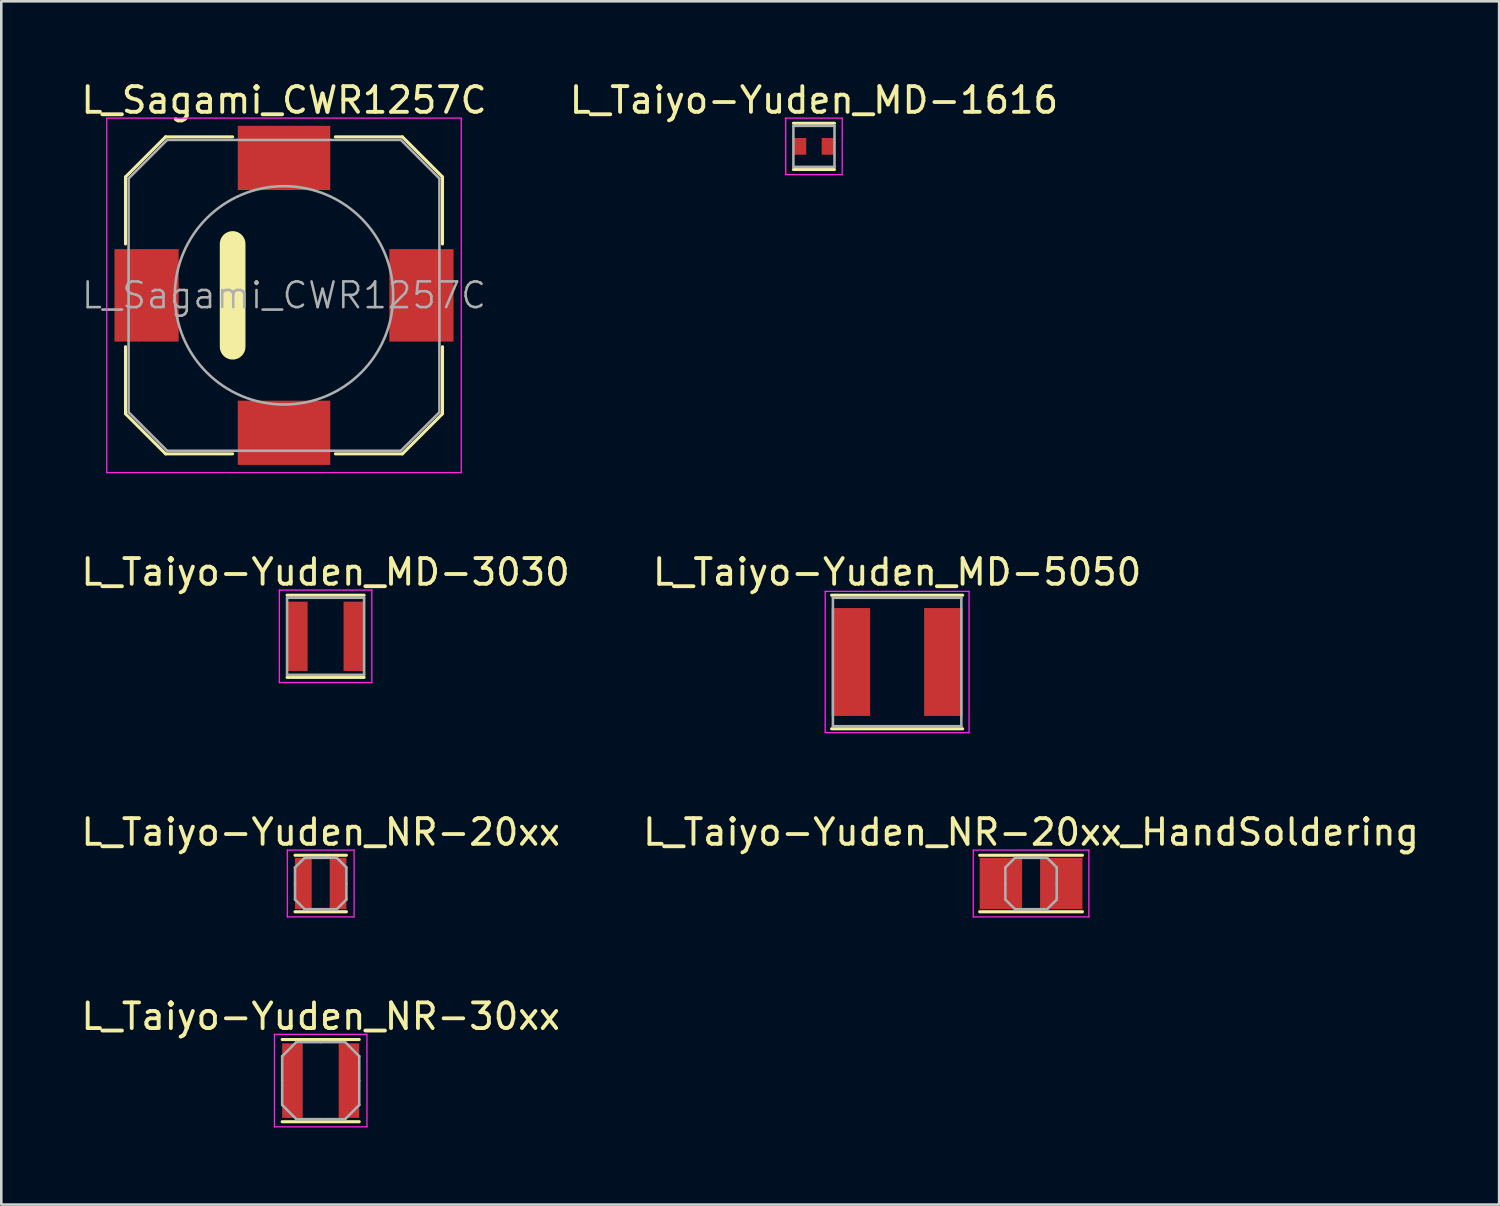
<source format=kicad_pcb>
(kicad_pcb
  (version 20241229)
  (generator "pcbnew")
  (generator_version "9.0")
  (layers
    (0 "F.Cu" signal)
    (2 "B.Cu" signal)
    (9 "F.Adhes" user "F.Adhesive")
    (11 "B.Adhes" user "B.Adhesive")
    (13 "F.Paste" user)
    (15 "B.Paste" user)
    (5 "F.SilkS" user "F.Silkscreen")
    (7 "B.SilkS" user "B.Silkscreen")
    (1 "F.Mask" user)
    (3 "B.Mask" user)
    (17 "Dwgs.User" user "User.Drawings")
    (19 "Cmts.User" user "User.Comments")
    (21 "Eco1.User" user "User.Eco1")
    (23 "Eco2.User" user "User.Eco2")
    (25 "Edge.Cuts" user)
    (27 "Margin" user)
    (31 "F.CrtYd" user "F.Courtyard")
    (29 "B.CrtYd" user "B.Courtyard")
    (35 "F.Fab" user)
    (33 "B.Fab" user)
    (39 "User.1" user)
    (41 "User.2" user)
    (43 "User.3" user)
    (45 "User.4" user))
  (footprint "L_Taiyo-Yuden_NR-20xx"
    (layer "F.Cu")
    (at 9.435 31.345)
    (property "Reference" "L_Taiyo-Yuden_NR-20xx" (at 0 -2 0) (layer "F.SilkS") (effects (font (size 1 1) (thickness 0.15))))
    (attr smd)
    (fp_line (start -1 -1.1) (end 1 -1.1) (stroke (width 0.12) (type solid)) (layer "F.SilkS"))
    (fp_line (start -1 1.1) (end 1 1.1) (stroke (width 0.12) (type solid)) (layer "F.SilkS"))
    (fp_line (start -1.3 -1.3) (end -1.3 1.3) (stroke (width 0.05) (type solid)) (layer "F.CrtYd"))
    (fp_line (start -1.3 1.3) (end 1.3 1.3) (stroke (width 0.05) (type solid)) (layer "F.CrtYd"))
    (fp_line (start 1.3 -1.3) (end -1.3 -1.3) (stroke (width 0.05) (type solid)) (layer "F.CrtYd"))
    (fp_line (start 1.3 1.3) (end 1.3 -1.3) (stroke (width 0.05) (type solid)) (layer "F.CrtYd"))
    (fp_line (start -1 -0.625) (end -0.625 -1) (stroke (width 0.1) (type solid)) (layer "F.Fab"))
    (fp_line (start -1 0) (end -1 -0.625) (stroke (width 0.1) (type solid)) (layer "F.Fab"))
    (fp_line (start -1 0) (end -1 0.625) (stroke (width 0.1) (type solid)) (layer "F.Fab"))
    (fp_line (start -1 0.625) (end -0.625 1) (stroke (width 0.1) (type solid)) (layer "F.Fab"))
    (fp_line (start -0.625 -1) (end 0 -1) (stroke (width 0.1) (type solid)) (layer "F.Fab"))
    (fp_line (start -0.625 1) (end 0 1) (stroke (width 0.1) (type solid)) (layer "F.Fab"))
    (fp_line (start 0.625 -1) (end 0 -1) (stroke (width 0.1) (type solid)) (layer "F.Fab"))
    (fp_line (start 0.625 1) (end 0 1) (stroke (width 0.1) (type solid)) (layer "F.Fab"))
    (fp_line (start 1 -0.625) (end 0.625 -1) (stroke (width 0.1) (type solid)) (layer "F.Fab"))
    (fp_line (start 1 0) (end 1 -0.625) (stroke (width 0.1) (type solid)) (layer "F.Fab"))
    (fp_line (start 1 0) (end 1 0.625) (stroke (width 0.1) (type solid)) (layer "F.Fab"))
    (fp_line (start 1 0.625) (end 0.625 1) (stroke (width 0.1) (type solid)) (layer "F.Fab"))
    (pad "1" smd rect (at -0.675 0) (size 0.65 2) (layers "F.Cu" "F.Mask" "F.Paste"))
    (pad "2" smd rect (at 0.675 0) (size 0.65 2) (layers "F.Cu" "F.Mask" "F.Paste")))
  (footprint "L_Taiyo-Yuden_MD-5050"
    (layer "F.Cu")
    (at 31.875 22.721)
    (property "Reference" "L_Taiyo-Yuden_MD-5050" (at 0 -3.5 0) (layer "F.SilkS") (effects (font (size 1 1) (thickness 0.15))))
    (attr smd)
    (fp_line (start -2.55 -2.6) (end 2.55 -2.6) (stroke (width 0.12) (type solid)) (layer "F.SilkS"))
    (fp_line (start -2.55 2.6) (end 2.55 2.6) (stroke (width 0.12) (type solid)) (layer "F.SilkS"))
    (fp_line (start -2.8 -2.75) (end -2.8 2.75) (stroke (width 0.05) (type solid)) (layer "F.CrtYd"))
    (fp_line (start -2.8 2.75) (end 2.8 2.75) (stroke (width 0.05) (type solid)) (layer "F.CrtYd"))
    (fp_line (start 2.8 -2.75) (end -2.8 -2.75) (stroke (width 0.05) (type solid)) (layer "F.CrtYd"))
    (fp_line (start 2.8 2.75) (end 2.8 -2.75) (stroke (width 0.05) (type solid)) (layer "F.CrtYd"))
    (fp_line (start -2.5 -2.5) (end -2.5 2.5) (stroke (width 0.1) (type solid)) (layer "F.Fab"))
    (fp_line (start -2.5 2.5) (end 2.5 2.5) (stroke (width 0.1) (type solid)) (layer "F.Fab"))
    (fp_line (start 2.5 -2.5) (end -2.5 -2.5) (stroke (width 0.1) (type solid)) (layer "F.Fab"))
    (fp_line (start 2.5 2.5) (end 2.5 -2.5) (stroke (width 0.1) (type solid)) (layer "F.Fab"))
    (pad "1" smd rect (at -1.8 0) (size 1.5 4.2) (layers "F.Cu" "F.Mask" "F.Paste"))
    (pad "2" smd rect (at 1.8 0) (size 1.5 4.2) (layers "F.Cu" "F.Mask" "F.Paste")))
  (footprint "L_Taiyo-Yuden_NR-30xx"
    (layer "F.Cu")
    (at 9.435 39.018)
    (property "Reference" "L_Taiyo-Yuden_NR-30xx" (at 0 -2.5 0) (layer "F.SilkS") (effects (font (size 1 1) (thickness 0.15))))
    (attr smd)
    (fp_line (start -1.5 -1.6) (end 1.5 -1.6) (stroke (width 0.12) (type solid)) (layer "F.SilkS"))
    (fp_line (start -1.5 1.6) (end 1.5 1.6) (stroke (width 0.12) (type solid)) (layer "F.SilkS"))
    (fp_line (start -1.8 -1.8) (end -1.8 1.8) (stroke (width 0.05) (type solid)) (layer "F.CrtYd"))
    (fp_line (start -1.8 1.8) (end 1.8 1.8) (stroke (width 0.05) (type solid)) (layer "F.CrtYd"))
    (fp_line (start 1.8 -1.8) (end -1.8 -1.8) (stroke (width 0.05) (type solid)) (layer "F.CrtYd"))
    (fp_line (start 1.8 1.8) (end 1.8 -1.8) (stroke (width 0.05) (type solid)) (layer "F.CrtYd"))
    (fp_line (start -1.5 -0.95) (end -0.95 -1.5) (stroke (width 0.1) (type solid)) (layer "F.Fab"))
    (fp_line (start -1.5 0) (end -1.5 -0.95) (stroke (width 0.1) (type solid)) (layer "F.Fab"))
    (fp_line (start -1.5 0) (end -1.5 0.95) (stroke (width 0.1) (type solid)) (layer "F.Fab"))
    (fp_line (start -1.5 0.95) (end -0.95 1.5) (stroke (width 0.1) (type solid)) (layer "F.Fab"))
    (fp_line (start -0.95 -1.5) (end 0 -1.5) (stroke (width 0.1) (type solid)) (layer "F.Fab"))
    (fp_line (start -0.95 1.5) (end 0 1.5) (stroke (width 0.1) (type solid)) (layer "F.Fab"))
    (fp_line (start 0.95 -1.5) (end 0 -1.5) (stroke (width 0.1) (type solid)) (layer "F.Fab"))
    (fp_line (start 0.95 1.5) (end 0 1.5) (stroke (width 0.1) (type solid)) (layer "F.Fab"))
    (fp_line (start 1.5 -0.95) (end 0.95 -1.5) (stroke (width 0.1) (type solid)) (layer "F.Fab"))
    (fp_line (start 1.5 0) (end 1.5 -0.95) (stroke (width 0.1) (type solid)) (layer "F.Fab"))
    (fp_line (start 1.5 0) (end 1.5 0.95) (stroke (width 0.1) (type solid)) (layer "F.Fab"))
    (fp_line (start 1.5 0.95) (end 0.95 1.5) (stroke (width 0.1) (type solid)) (layer "F.Fab"))
    (pad "1" smd rect (at -1.1 0) (size 0.8 2.9) (layers "F.Cu" "F.Mask" "F.Paste"))
    (pad "2" smd rect (at 1.1 0) (size 0.8 2.9) (layers "F.Cu" "F.Mask" "F.Paste")))
  (footprint "L_Taiyo-Yuden_MD-3030"
    (layer "F.Cu")
    (at 9.625 21.721)
    (property "Reference" "L_Taiyo-Yuden_MD-3030" (at 0 -2.5 0) (layer "F.SilkS") (effects (font (size 1 1) (thickness 0.15))))
    (attr smd)
    (fp_line (start -1.5 -1.6) (end 1.5 -1.6) (stroke (width 0.12) (type solid)) (layer "F.SilkS"))
    (fp_line (start -1.5 1.6) (end 1.5 1.6) (stroke (width 0.12) (type solid)) (layer "F.SilkS"))
    (fp_line (start -1.8 -1.8) (end -1.8 1.8) (stroke (width 0.05) (type solid)) (layer "F.CrtYd"))
    (fp_line (start -1.8 1.8) (end 1.8 1.8) (stroke (width 0.05) (type solid)) (layer "F.CrtYd"))
    (fp_line (start 1.8 -1.8) (end -1.8 -1.8) (stroke (width 0.05) (type solid)) (layer "F.CrtYd"))
    (fp_line (start 1.8 1.8) (end 1.8 -1.8) (stroke (width 0.05) (type solid)) (layer "F.CrtYd"))
    (fp_line (start -1.5 -1.5) (end -1.5 1.5) (stroke (width 0.1) (type solid)) (layer "F.Fab"))
    (fp_line (start -1.5 1.5) (end 1.5 1.5) (stroke (width 0.1) (type solid)) (layer "F.Fab"))
    (fp_line (start 1.5 -1.5) (end -1.5 -1.5) (stroke (width 0.1) (type solid)) (layer "F.Fab"))
    (fp_line (start 1.5 1.5) (end 1.5 -1.5) (stroke (width 0.1) (type solid)) (layer "F.Fab"))
    (pad "1" smd rect (at -1.1 0) (size 0.8 2.7) (layers "F.Cu" "F.Mask" "F.Paste"))
    (pad "2" smd rect (at 1.1 0) (size 0.8 2.7) (layers "F.Cu" "F.Mask" "F.Paste")))
  (footprint "L_Sagami_CWR1257C"
    (layer "F.Cu")
    (at 8.006 8.448)
    (property "Reference" "L_Sagami_CWR1257C" (at 0 -7.6 0) (layer "F.SilkS") (effects (font (size 1 1) (thickness 0.15))))
    (attr smd)
    (fp_line (start -6.17 -4.61) (end -6.17 -2) (stroke (width 0.12) (type solid)) (layer "F.SilkS"))
    (fp_line (start -6.17 2) (end -6.17 4.61) (stroke (width 0.12) (type solid)) (layer "F.SilkS"))
    (fp_line (start -4.61 -6.17) (end -6.17 -4.61) (stroke (width 0.12) (type solid)) (layer "F.SilkS"))
    (fp_line (start -4.61 -6.17) (end -2 -6.17) (stroke (width 0.12) (type solid)) (layer "F.SilkS"))
    (fp_line (start -4.61 6.17) (end -6.17 4.61) (stroke (width 0.12) (type solid)) (layer "F.SilkS"))
    (fp_line (start -4.61 6.17) (end -2 6.17) (stroke (width 0.12) (type solid)) (layer "F.SilkS"))
    (fp_line (start -2 -2) (end -2 2) (stroke (width 1) (type solid)) (layer "F.SilkS"))
    (fp_line (start 2 6.17) (end 4.61 6.17) (stroke (width 0.12) (type solid)) (layer "F.SilkS"))
    (fp_line (start 4.61 -6.17) (end 2 -6.17) (stroke (width 0.12) (type solid)) (layer "F.SilkS"))
    (fp_line (start 4.61 -6.17) (end 6.17 -4.61) (stroke (width 0.12) (type solid)) (layer "F.SilkS"))
    (fp_line (start 4.61 6.17) (end 6.17 4.61) (stroke (width 0.12) (type solid)) (layer "F.SilkS"))
    (fp_line (start 6.17 -2) (end 6.17 -4.61) (stroke (width 0.12) (type solid)) (layer "F.SilkS"))
    (fp_line (start 6.17 4.61) (end 6.17 2) (stroke (width 0.12) (type solid)) (layer "F.SilkS"))
    (fp_line (start -6.9 -6.9) (end -6.9 6.9) (stroke (width 0.05) (type solid)) (layer "F.CrtYd"))
    (fp_line (start -6.9 -6.9) (end 6.9 -6.9) (stroke (width 0.05) (type solid)) (layer "F.CrtYd"))
    (fp_line (start -6.9 6.9) (end 6.9 6.9) (stroke (width 0.05) (type solid)) (layer "F.CrtYd"))
    (fp_line (start 6.9 -6.9) (end 6.9 6.9) (stroke (width 0.05) (type solid)) (layer "F.CrtYd"))
    (fp_line (start -6.05 -4.55) (end -4.55 -6.05) (stroke (width 0.1) (type solid)) (layer "F.Fab"))
    (fp_line (start -6.05 4.55) (end -6.05 -4.55) (stroke (width 0.1) (type solid)) (layer "F.Fab"))
    (fp_line (start -6.05 4.55) (end -4.55 6.05) (stroke (width 0.1) (type solid)) (layer "F.Fab"))
    (fp_line (start -4.55 -6.05) (end 4.55 -6.05) (stroke (width 0.1) (type solid)) (layer "F.Fab"))
    (fp_line (start 4.55 -6.05) (end 6.05 -4.55) (stroke (width 0.1) (type solid)) (layer "F.Fab"))
    (fp_line (start 4.55 6.05) (end -4.55 6.05) (stroke (width 0.1) (type solid)) (layer "F.Fab"))
    (fp_line (start 4.55 6.05) (end 6.05 4.55) (stroke (width 0.1) (type solid)) (layer "F.Fab"))
    (fp_line (start 6.05 -4.55) (end 6.05 4.55) (stroke (width 0.1) (type solid)) (layer "F.Fab"))
    (fp_circle (center 0 0) (end 4.25 0) (stroke (width 0.1) (type solid)) (fill no) (layer "F.Fab"))
    (fp_text user "${REFERENCE}" (at 0 0 0) (layer "F.Fab") (effects (font (size 1 1) (thickness 0.1))))
    (pad "1" smd rect (at -5.35 0) (size 2.5 3.6) (layers "F.Cu" "F.Mask" "F.Paste"))
    (pad "1" smd rect (at 0 5.35) (size 3.6 2.5) (layers "F.Cu" "F.Mask" "F.Paste"))
    (pad "2" smd rect (at 0 -5.35) (size 3.6 2.5) (layers "F.Cu" "F.Mask" "F.Paste"))
    (pad "2" smd rect (at 5.35 0) (size 2.5 3.6) (layers "F.Cu" "F.Mask" "F.Paste")))
  (footprint "L_Taiyo-Yuden_MD-1616"
    (layer "F.Cu")
    (at 28.637 2.648)
    (property "Reference" "L_Taiyo-Yuden_MD-1616" (at 0 -1.8 0) (layer "F.SilkS") (effects (font (size 1 1) (thickness 0.15))))
    (attr smd)
    (fp_line (start -0.8 -0.9) (end 0.8 -0.9) (stroke (width 0.12) (type solid)) (layer "F.SilkS"))
    (fp_line (start -0.8 0.9) (end 0.8 0.9) (stroke (width 0.12) (type solid)) (layer "F.SilkS"))
    (fp_line (start -1.1 -1.1) (end -1.1 1.1) (stroke (width 0.05) (type solid)) (layer "F.CrtYd"))
    (fp_line (start -1.1 1.1) (end 1.1 1.1) (stroke (width 0.05) (type solid)) (layer "F.CrtYd"))
    (fp_line (start 1.1 -1.1) (end -1.1 -1.1) (stroke (width 0.05) (type solid)) (layer "F.CrtYd"))
    (fp_line (start 1.1 1.1) (end 1.1 -1.1) (stroke (width 0.05) (type solid)) (layer "F.CrtYd"))
    (fp_line (start -0.8 -0.8) (end -0.8 0.8) (stroke (width 0.1) (type solid)) (layer "F.Fab"))
    (fp_line (start -0.8 0.8) (end 0.8 0.8) (stroke (width 0.1) (type solid)) (layer "F.Fab"))
    (fp_line (start 0.8 -0.8) (end -0.8 -0.8) (stroke (width 0.1) (type solid)) (layer "F.Fab"))
    (fp_line (start 0.8 0.8) (end 0.8 -0.8) (stroke (width 0.1) (type solid)) (layer "F.Fab"))
    (pad "1" smd rect (at -0.55 0) (size 0.5 0.65) (layers "F.Cu" "F.Mask" "F.Paste"))
    (pad "2" smd rect (at 0.55 0) (size 0.5 0.65) (layers "F.Cu" "F.Mask" "F.Paste")))
  (footprint "L_Taiyo-Yuden_NR-20xx_HandSoldering"
    (layer "F.Cu")
    (at 37.089 31.345)
    (property "Reference" "L_Taiyo-Yuden_NR-20xx_HandSoldering" (at 0 -2 0) (layer "F.SilkS") (effects (font (size 1 1) (thickness 0.15))))
    (attr smd)
    (fp_line (start -2 -1.1) (end 2 -1.1) (stroke (width 0.12) (type solid)) (layer "F.SilkS"))
    (fp_line (start -2 1.1) (end 2 1.1) (stroke (width 0.12) (type solid)) (layer "F.SilkS"))
    (fp_line (start -2.25 -1.3) (end -2.25 1.3) (stroke (width 0.05) (type solid)) (layer "F.CrtYd"))
    (fp_line (start -2.25 1.3) (end 2.25 1.3) (stroke (width 0.05) (type solid)) (layer "F.CrtYd"))
    (fp_line (start 2.25 -1.3) (end -2.25 -1.3) (stroke (width 0.05) (type solid)) (layer "F.CrtYd"))
    (fp_line (start 2.25 1.3) (end 2.25 -1.3) (stroke (width 0.05) (type solid)) (layer "F.CrtYd"))
    (fp_line (start -1 -0.625) (end -0.625 -1) (stroke (width 0.1) (type solid)) (layer "F.Fab"))
    (fp_line (start -1 0) (end -1 -0.625) (stroke (width 0.1) (type solid)) (layer "F.Fab"))
    (fp_line (start -1 0) (end -1 0.625) (stroke (width 0.1) (type solid)) (layer "F.Fab"))
    (fp_line (start -1 0.625) (end -0.625 1) (stroke (width 0.1) (type solid)) (layer "F.Fab"))
    (fp_line (start -0.625 -1) (end 0 -1) (stroke (width 0.1) (type solid)) (layer "F.Fab"))
    (fp_line (start -0.625 1) (end 0 1) (stroke (width 0.1) (type solid)) (layer "F.Fab"))
    (fp_line (start 0.625 -1) (end 0 -1) (stroke (width 0.1) (type solid)) (layer "F.Fab"))
    (fp_line (start 0.625 1) (end 0 1) (stroke (width 0.1) (type solid)) (layer "F.Fab"))
    (fp_line (start 1 -0.625) (end 0.625 -1) (stroke (width 0.1) (type solid)) (layer "F.Fab"))
    (fp_line (start 1 0) (end 1 -0.625) (stroke (width 0.1) (type solid)) (layer "F.Fab"))
    (fp_line (start 1 0) (end 1 0.625) (stroke (width 0.1) (type solid)) (layer "F.Fab"))
    (fp_line (start 1 0.625) (end 0.625 1) (stroke (width 0.1) (type solid)) (layer "F.Fab"))
    (pad "1" smd rect (at -1.175 0) (size 1.65 2) (layers "F.Cu" "F.Mask" "F.Paste"))
    (pad "2" smd rect (at 1.175 0) (size 1.65 2) (layers "F.Cu" "F.Mask" "F.Paste")))
  (gr_rect
    (start -3 -3)
    (end 55.31 43.843)
    (stroke (width 0.1) (type default))
    (fill no)
    (layer "Edge.Cuts")))
</source>
